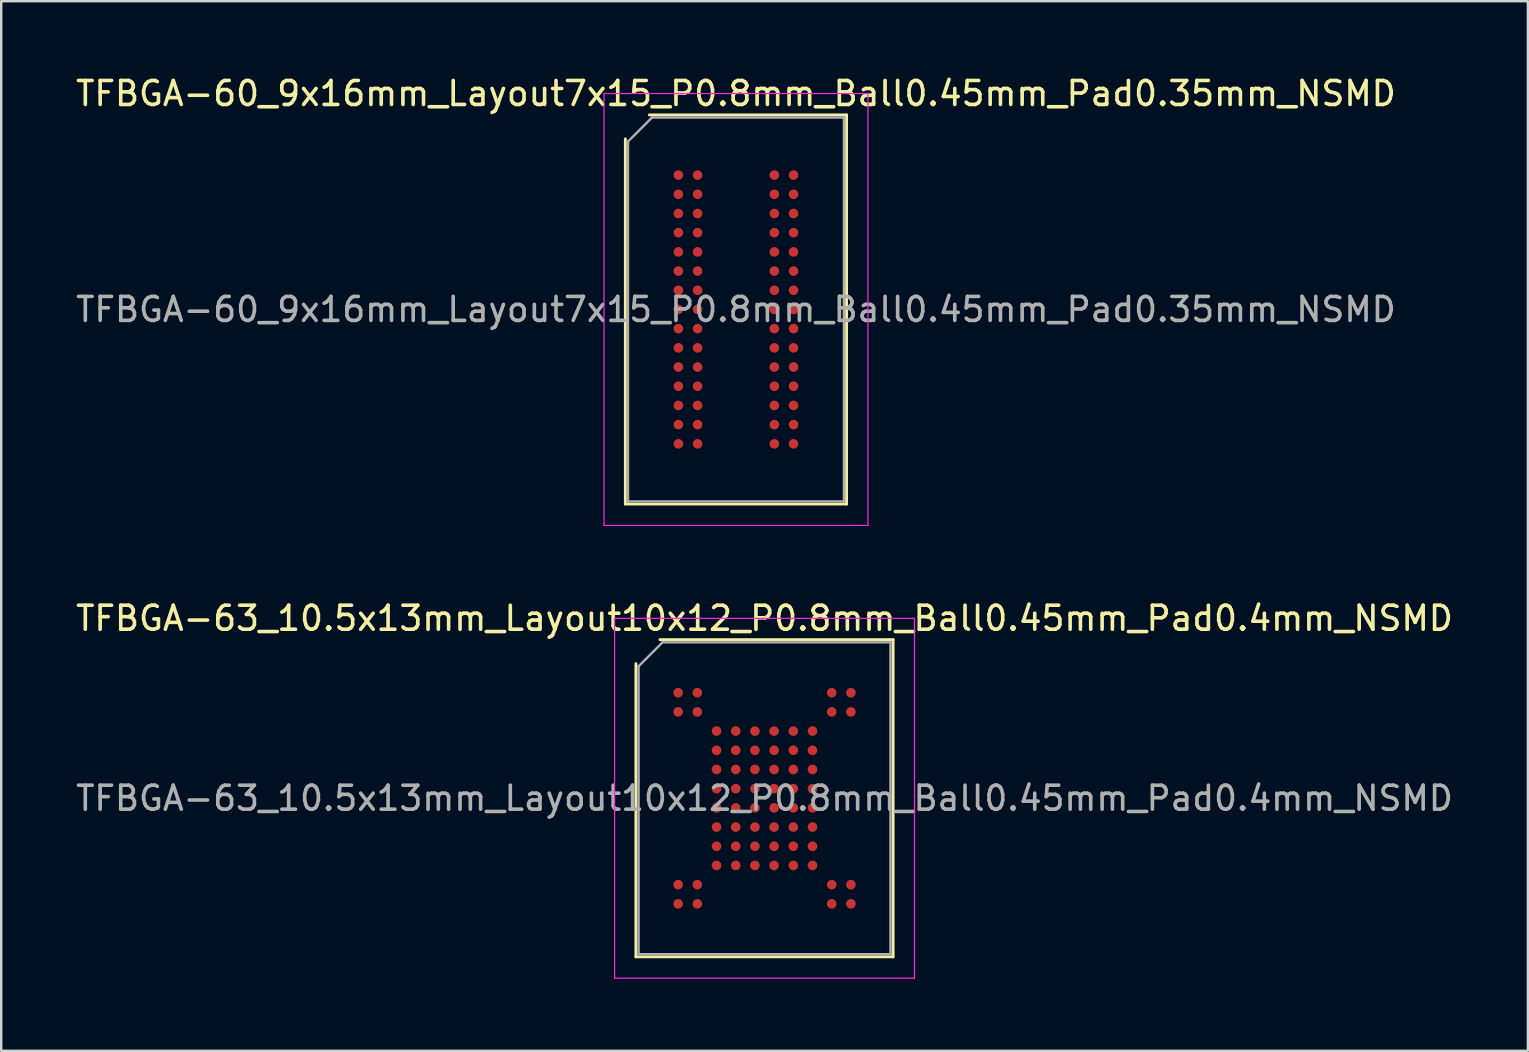
<source format=kicad_pcb>
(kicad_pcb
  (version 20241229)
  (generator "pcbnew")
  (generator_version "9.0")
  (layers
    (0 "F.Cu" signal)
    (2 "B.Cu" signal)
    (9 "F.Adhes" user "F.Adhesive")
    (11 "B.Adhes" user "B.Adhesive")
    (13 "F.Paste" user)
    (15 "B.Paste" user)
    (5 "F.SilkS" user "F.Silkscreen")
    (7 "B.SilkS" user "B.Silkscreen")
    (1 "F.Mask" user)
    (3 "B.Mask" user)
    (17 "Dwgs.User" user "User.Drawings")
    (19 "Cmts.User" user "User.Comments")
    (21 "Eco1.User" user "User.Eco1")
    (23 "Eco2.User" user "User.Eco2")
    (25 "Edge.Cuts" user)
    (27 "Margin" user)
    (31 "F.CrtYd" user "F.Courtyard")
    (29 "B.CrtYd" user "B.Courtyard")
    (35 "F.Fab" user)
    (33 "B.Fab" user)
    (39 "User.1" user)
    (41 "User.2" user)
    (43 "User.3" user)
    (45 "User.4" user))
  (footprint "TFBGA-63_10.5x13mm_Layout10x12_P0.8mm_Ball0.45mm_Pad0.4mm_NSMD"
    (layer "F.Cu")
    (at 28.815 30.221)
    (property "Reference" "TFBGA-63_10.5x13mm_Layout10x12_P0.8mm_Ball0.45mm_Pad0.4mm_NSMD" (at 0 -7.5 0) (layer "F.SilkS") (effects (font (size 1 1) (thickness 0.15))))
    (attr smd)
    (fp_line (start -5.36 6.61) (end -5.36 -5.61) (stroke (width 0.12) (type solid)) (layer "F.SilkS"))
    (fp_line (start -4.36 -6.61) (end 5.36 -6.61) (stroke (width 0.12) (type solid)) (layer "F.SilkS"))
    (fp_line (start 5.36 -6.61) (end 5.36 6.61) (stroke (width 0.12) (type solid)) (layer "F.SilkS"))
    (fp_line (start 5.36 6.61) (end -5.36 6.61) (stroke (width 0.12) (type solid)) (layer "F.SilkS"))
    (fp_line (start -6.25 -7.5) (end -6.25 7.5) (stroke (width 0.05) (type solid)) (layer "F.CrtYd"))
    (fp_line (start -6.25 7.5) (end 6.25 7.5) (stroke (width 0.05) (type solid)) (layer "F.CrtYd"))
    (fp_line (start 6.25 -7.5) (end -6.25 -7.5) (stroke (width 0.05) (type solid)) (layer "F.CrtYd"))
    (fp_line (start 6.25 7.5) (end 6.25 -7.5) (stroke (width 0.05) (type solid)) (layer "F.CrtYd"))
    (fp_line (start -5.25 -5.5) (end -4.25 -6.5) (stroke (width 0.1) (type solid)) (layer "F.Fab"))
    (fp_line (start -5.25 6.5) (end -5.25 -5.5) (stroke (width 0.1) (type solid)) (layer "F.Fab"))
    (fp_line (start -4.25 -6.5) (end 5.25 -6.5) (stroke (width 0.1) (type solid)) (layer "F.Fab"))
    (fp_line (start 5.25 -6.5) (end 5.25 6.5) (stroke (width 0.1) (type solid)) (layer "F.Fab"))
    (fp_line (start 5.25 6.5) (end -5.25 6.5) (stroke (width 0.1) (type solid)) (layer "F.Fab"))
    (fp_text user "${REFERENCE}" (at 0 0 0) (layer "F.Fab") (effects (font (size 1 1) (thickness 0.15))))
    (pad "A1" smd circle (at -3.6 -4.4) (size 0.4 0.4) (layers "F.Cu" "F.Mask" "F.Paste"))
    (pad "A2" smd circle (at -2.8 -4.4) (size 0.4 0.4) (layers "F.Cu" "F.Mask" "F.Paste"))
    (pad "A9" smd circle (at 2.8 -4.4) (size 0.4 0.4) (layers "F.Cu" "F.Mask" "F.Paste"))
    (pad "A10" smd circle (at 3.6 -4.4) (size 0.4 0.4) (layers "F.Cu" "F.Mask" "F.Paste"))
    (pad "B1" smd circle (at -3.6 -3.6) (size 0.4 0.4) (layers "F.Cu" "F.Mask" "F.Paste"))
    (pad "B2" smd circle (at -2.8 -3.6) (size 0.4 0.4) (layers "F.Cu" "F.Mask" "F.Paste"))
    (pad "B9" smd circle (at 2.8 -3.6) (size 0.4 0.4) (layers "F.Cu" "F.Mask" "F.Paste"))
    (pad "B10" smd circle (at 3.6 -3.6) (size 0.4 0.4) (layers "F.Cu" "F.Mask" "F.Paste"))
    (pad "C3" smd circle (at -2 -2.8) (size 0.4 0.4) (layers "F.Cu" "F.Mask" "F.Paste"))
    (pad "C4" smd circle (at -1.2 -2.8) (size 0.4 0.4) (layers "F.Cu" "F.Mask" "F.Paste"))
    (pad "C5" smd circle (at -0.4 -2.8) (size 0.4 0.4) (layers "F.Cu" "F.Mask" "F.Paste"))
    (pad "C6" smd circle (at 0.4 -2.8) (size 0.4 0.4) (layers "F.Cu" "F.Mask" "F.Paste"))
    (pad "C7" smd circle (at 1.2 -2.8) (size 0.4 0.4) (layers "F.Cu" "F.Mask" "F.Paste"))
    (pad "C8" smd circle (at 2 -2.8) (size 0.4 0.4) (layers "F.Cu" "F.Mask" "F.Paste"))
    (pad "D3" smd circle (at -2 -2) (size 0.4 0.4) (layers "F.Cu" "F.Mask" "F.Paste"))
    (pad "D4" smd circle (at -1.2 -2) (size 0.4 0.4) (layers "F.Cu" "F.Mask" "F.Paste"))
    (pad "D5" smd circle (at -0.4 -2) (size 0.4 0.4) (layers "F.Cu" "F.Mask" "F.Paste"))
    (pad "D6" smd circle (at 0.4 -2) (size 0.4 0.4) (layers "F.Cu" "F.Mask" "F.Paste"))
    (pad "D7" smd circle (at 1.2 -2) (size 0.4 0.4) (layers "F.Cu" "F.Mask" "F.Paste"))
    (pad "D8" smd circle (at 2 -2) (size 0.4 0.4) (layers "F.Cu" "F.Mask" "F.Paste"))
    (pad "E3" smd circle (at -2 -1.2) (size 0.4 0.4) (layers "F.Cu" "F.Mask" "F.Paste"))
    (pad "E4" smd circle (at -1.2 -1.2) (size 0.4 0.4) (layers "F.Cu" "F.Mask" "F.Paste"))
    (pad "E5" smd circle (at -0.4 -1.2) (size 0.4 0.4) (layers "F.Cu" "F.Mask" "F.Paste"))
    (pad "E6" smd circle (at 0.4 -1.2) (size 0.4 0.4) (layers "F.Cu" "F.Mask" "F.Paste"))
    (pad "E7" smd circle (at 1.2 -1.2) (size 0.4 0.4) (layers "F.Cu" "F.Mask" "F.Paste"))
    (pad "E8" smd circle (at 2 -1.2) (size 0.4 0.4) (layers "F.Cu" "F.Mask" "F.Paste"))
    (pad "F3" smd circle (at -2 -0.4) (size 0.4 0.4) (layers "F.Cu" "F.Mask" "F.Paste"))
    (pad "F4" smd circle (at -1.2 -0.4) (size 0.4 0.4) (layers "F.Cu" "F.Mask" "F.Paste"))
    (pad "F5" smd circle (at -0.4 -0.4) (size 0.4 0.4) (layers "F.Cu" "F.Mask" "F.Paste"))
    (pad "F6" smd circle (at 0.4 -0.4) (size 0.4 0.4) (layers "F.Cu" "F.Mask" "F.Paste"))
    (pad "F7" smd circle (at 1.2 -0.4) (size 0.4 0.4) (layers "F.Cu" "F.Mask" "F.Paste"))
    (pad "F8" smd circle (at 2 -0.4) (size 0.4 0.4) (layers "F.Cu" "F.Mask" "F.Paste"))
    (pad "G3" smd circle (at -2 0.4) (size 0.4 0.4) (layers "F.Cu" "F.Mask" "F.Paste"))
    (pad "G4" smd circle (at -1.2 0.4) (size 0.4 0.4) (layers "F.Cu" "F.Mask" "F.Paste"))
    (pad "G5" smd circle (at -0.4 0.4) (size 0.4 0.4) (layers "F.Cu" "F.Mask" "F.Paste"))
    (pad "G6" smd circle (at 0.4 0.4) (size 0.4 0.4) (layers "F.Cu" "F.Mask" "F.Paste"))
    (pad "G7" smd circle (at 1.2 0.4) (size 0.4 0.4) (layers "F.Cu" "F.Mask" "F.Paste"))
    (pad "G8" smd circle (at 2 0.4) (size 0.4 0.4) (layers "F.Cu" "F.Mask" "F.Paste"))
    (pad "H3" smd circle (at -2 1.2) (size 0.4 0.4) (layers "F.Cu" "F.Mask" "F.Paste"))
    (pad "H4" smd circle (at -1.2 1.2) (size 0.4 0.4) (layers "F.Cu" "F.Mask" "F.Paste"))
    (pad "H5" smd circle (at -0.4 1.2) (size 0.4 0.4) (layers "F.Cu" "F.Mask" "F.Paste"))
    (pad "H6" smd circle (at 0.4 1.2) (size 0.4 0.4) (layers "F.Cu" "F.Mask" "F.Paste"))
    (pad "H7" smd circle (at 1.2 1.2) (size 0.4 0.4) (layers "F.Cu" "F.Mask" "F.Paste"))
    (pad "H8" smd circle (at 2 1.2) (size 0.4 0.4) (layers "F.Cu" "F.Mask" "F.Paste"))
    (pad "J3" smd circle (at -2 2) (size 0.4 0.4) (layers "F.Cu" "F.Mask" "F.Paste"))
    (pad "J4" smd circle (at -1.2 2) (size 0.4 0.4) (layers "F.Cu" "F.Mask" "F.Paste"))
    (pad "J5" smd circle (at -0.4 2) (size 0.4 0.4) (layers "F.Cu" "F.Mask" "F.Paste"))
    (pad "J6" smd circle (at 0.4 2) (size 0.4 0.4) (layers "F.Cu" "F.Mask" "F.Paste"))
    (pad "J7" smd circle (at 1.2 2) (size 0.4 0.4) (layers "F.Cu" "F.Mask" "F.Paste"))
    (pad "J8" smd circle (at 2 2) (size 0.4 0.4) (layers "F.Cu" "F.Mask" "F.Paste"))
    (pad "K3" smd circle (at -2 2.8) (size 0.4 0.4) (layers "F.Cu" "F.Mask" "F.Paste"))
    (pad "K4" smd circle (at -1.2 2.8) (size 0.4 0.4) (layers "F.Cu" "F.Mask" "F.Paste"))
    (pad "K5" smd circle (at -0.4 2.8) (size 0.4 0.4) (layers "F.Cu" "F.Mask" "F.Paste"))
    (pad "K6" smd circle (at 0.4 2.8) (size 0.4 0.4) (layers "F.Cu" "F.Mask" "F.Paste"))
    (pad "K7" smd circle (at 1.2 2.8) (size 0.4 0.4) (layers "F.Cu" "F.Mask" "F.Paste"))
    (pad "K8" smd circle (at 2 2.8) (size 0.4 0.4) (layers "F.Cu" "F.Mask" "F.Paste"))
    (pad "L1" smd circle (at -3.6 3.6) (size 0.4 0.4) (layers "F.Cu" "F.Mask" "F.Paste"))
    (pad "L2" smd circle (at -2.8 3.6) (size 0.4 0.4) (layers "F.Cu" "F.Mask" "F.Paste"))
    (pad "L9" smd circle (at 2.8 3.6) (size 0.4 0.4) (layers "F.Cu" "F.Mask" "F.Paste"))
    (pad "L10" smd circle (at 3.6 3.6) (size 0.4 0.4) (layers "F.Cu" "F.Mask" "F.Paste"))
    (pad "M1" smd circle (at -3.6 4.4) (size 0.4 0.4) (layers "F.Cu" "F.Mask" "F.Paste"))
    (pad "M2" smd circle (at -2.8 4.4) (size 0.4 0.4) (layers "F.Cu" "F.Mask" "F.Paste"))
    (pad "M9" smd circle (at 2.8 4.4) (size 0.4 0.4) (layers "F.Cu" "F.Mask" "F.Paste"))
    (pad "M10" smd circle (at 3.6 4.4) (size 0.4 0.4) (layers "F.Cu" "F.Mask" "F.Paste")))
  (footprint "TFBGA-60_9x16mm_Layout7x15_P0.8mm_Ball0.45mm_Pad0.35mm_NSMD"
    (layer "F.Cu")
    (at 27.625 9.848)
    (property "Reference" "TFBGA-60_9x16mm_Layout7x15_P0.8mm_Ball0.45mm_Pad0.35mm_NSMD" (at 0 -9 0) (layer "F.SilkS") (effects (font (size 1 1) (thickness 0.15))))
    (attr smd)
    (fp_line (start -4.61 8.11) (end -4.61 -7.11) (stroke (width 0.12) (type solid)) (layer "F.SilkS"))
    (fp_line (start -3.61 -8.11) (end 4.61 -8.11) (stroke (width 0.12) (type solid)) (layer "F.SilkS"))
    (fp_line (start 4.61 -8.11) (end 4.61 8.11) (stroke (width 0.12) (type solid)) (layer "F.SilkS"))
    (fp_line (start 4.61 8.11) (end -4.61 8.11) (stroke (width 0.12) (type solid)) (layer "F.SilkS"))
    (fp_line (start -5.5 -9) (end -5.5 9) (stroke (width 0.05) (type solid)) (layer "F.CrtYd"))
    (fp_line (start -5.5 9) (end 5.5 9) (stroke (width 0.05) (type solid)) (layer "F.CrtYd"))
    (fp_line (start 5.5 -9) (end -5.5 -9) (stroke (width 0.05) (type solid)) (layer "F.CrtYd"))
    (fp_line (start 5.5 9) (end 5.5 -9) (stroke (width 0.05) (type solid)) (layer "F.CrtYd"))
    (fp_line (start -4.5 -7) (end -3.5 -8) (stroke (width 0.1) (type solid)) (layer "F.Fab"))
    (fp_line (start -4.5 8) (end -4.5 -7) (stroke (width 0.1) (type solid)) (layer "F.Fab"))
    (fp_line (start -3.5 -8) (end 4.5 -8) (stroke (width 0.1) (type solid)) (layer "F.Fab"))
    (fp_line (start 4.5 -8) (end 4.5 8) (stroke (width 0.1) (type solid)) (layer "F.Fab"))
    (fp_line (start 4.5 8) (end -4.5 8) (stroke (width 0.1) (type solid)) (layer "F.Fab"))
    (fp_text user "${REFERENCE}" (at 0 0 0) (layer "F.Fab") (effects (font (size 1 1) (thickness 0.15))))
    (pad "A1" smd circle (at -2.4 -5.6) (size 0.4 0.4) (layers "F.Cu" "F.Mask" "F.Paste"))
    (pad "A2" smd circle (at -1.6 -5.6) (size 0.4 0.4) (layers "F.Cu" "F.Mask" "F.Paste"))
    (pad "A6" smd circle (at 1.6 -5.6) (size 0.4 0.4) (layers "F.Cu" "F.Mask" "F.Paste"))
    (pad "A7" smd circle (at 2.4 -5.6) (size 0.4 0.4) (layers "F.Cu" "F.Mask" "F.Paste"))
    (pad "B1" smd circle (at -2.4 -4.8) (size 0.4 0.4) (layers "F.Cu" "F.Mask" "F.Paste"))
    (pad "B2" smd circle (at -1.6 -4.8) (size 0.4 0.4) (layers "F.Cu" "F.Mask" "F.Paste"))
    (pad "B6" smd circle (at 1.6 -4.8) (size 0.4 0.4) (layers "F.Cu" "F.Mask" "F.Paste"))
    (pad "B7" smd circle (at 2.4 -4.8) (size 0.4 0.4) (layers "F.Cu" "F.Mask" "F.Paste"))
    (pad "C1" smd circle (at -2.4 -4) (size 0.4 0.4) (layers "F.Cu" "F.Mask" "F.Paste"))
    (pad "C2" smd circle (at -1.6 -4) (size 0.4 0.4) (layers "F.Cu" "F.Mask" "F.Paste"))
    (pad "C6" smd circle (at 1.6 -4) (size 0.4 0.4) (layers "F.Cu" "F.Mask" "F.Paste"))
    (pad "C7" smd circle (at 2.4 -4) (size 0.4 0.4) (layers "F.Cu" "F.Mask" "F.Paste"))
    (pad "D1" smd circle (at -2.4 -3.2) (size 0.4 0.4) (layers "F.Cu" "F.Mask" "F.Paste"))
    (pad "D2" smd circle (at -1.6 -3.2) (size 0.4 0.4) (layers "F.Cu" "F.Mask" "F.Paste"))
    (pad "D6" smd circle (at 1.6 -3.2) (size 0.4 0.4) (layers "F.Cu" "F.Mask" "F.Paste"))
    (pad "D7" smd circle (at 2.4 -3.2) (size 0.4 0.4) (layers "F.Cu" "F.Mask" "F.Paste"))
    (pad "E1" smd circle (at -2.4 -2.4) (size 0.4 0.4) (layers "F.Cu" "F.Mask" "F.Paste"))
    (pad "E2" smd circle (at -1.6 -2.4) (size 0.4 0.4) (layers "F.Cu" "F.Mask" "F.Paste"))
    (pad "E6" smd circle (at 1.6 -2.4) (size 0.4 0.4) (layers "F.Cu" "F.Mask" "F.Paste"))
    (pad "E7" smd circle (at 2.4 -2.4) (size 0.4 0.4) (layers "F.Cu" "F.Mask" "F.Paste"))
    (pad "F1" smd circle (at -2.4 -1.6) (size 0.4 0.4) (layers "F.Cu" "F.Mask" "F.Paste"))
    (pad "F2" smd circle (at -1.6 -1.6) (size 0.4 0.4) (layers "F.Cu" "F.Mask" "F.Paste"))
    (pad "F6" smd circle (at 1.6 -1.6) (size 0.4 0.4) (layers "F.Cu" "F.Mask" "F.Paste"))
    (pad "F7" smd circle (at 2.4 -1.6) (size 0.4 0.4) (layers "F.Cu" "F.Mask" "F.Paste"))
    (pad "G1" smd circle (at -2.4 -0.8) (size 0.4 0.4) (layers "F.Cu" "F.Mask" "F.Paste"))
    (pad "G2" smd circle (at -1.6 -0.8) (size 0.4 0.4) (layers "F.Cu" "F.Mask" "F.Paste"))
    (pad "G6" smd circle (at 1.6 -0.8) (size 0.4 0.4) (layers "F.Cu" "F.Mask" "F.Paste"))
    (pad "G7" smd circle (at 2.4 -0.8) (size 0.4 0.4) (layers "F.Cu" "F.Mask" "F.Paste"))
    (pad "H1" smd circle (at -2.4 0) (size 0.4 0.4) (layers "F.Cu" "F.Mask" "F.Paste"))
    (pad "H2" smd circle (at -1.6 0) (size 0.4 0.4) (layers "F.Cu" "F.Mask" "F.Paste"))
    (pad "H6" smd circle (at 1.6 0) (size 0.4 0.4) (layers "F.Cu" "F.Mask" "F.Paste"))
    (pad "H7" smd circle (at 2.4 0) (size 0.4 0.4) (layers "F.Cu" "F.Mask" "F.Paste"))
    (pad "J1" smd circle (at -2.4 0.8) (size 0.4 0.4) (layers "F.Cu" "F.Mask" "F.Paste"))
    (pad "J2" smd circle (at -1.6 0.8) (size 0.4 0.4) (layers "F.Cu" "F.Mask" "F.Paste"))
    (pad "J6" smd circle (at 1.6 0.8) (size 0.4 0.4) (layers "F.Cu" "F.Mask" "F.Paste"))
    (pad "J7" smd circle (at 2.4 0.8) (size 0.4 0.4) (layers "F.Cu" "F.Mask" "F.Paste"))
    (pad "K1" smd circle (at -2.4 1.6) (size 0.4 0.4) (layers "F.Cu" "F.Mask" "F.Paste"))
    (pad "K2" smd circle (at -1.6 1.6) (size 0.4 0.4) (layers "F.Cu" "F.Mask" "F.Paste"))
    (pad "K6" smd circle (at 1.6 1.6) (size 0.4 0.4) (layers "F.Cu" "F.Mask" "F.Paste"))
    (pad "K7" smd circle (at 2.4 1.6) (size 0.4 0.4) (layers "F.Cu" "F.Mask" "F.Paste"))
    (pad "L1" smd circle (at -2.4 2.4) (size 0.4 0.4) (layers "F.Cu" "F.Mask" "F.Paste"))
    (pad "L2" smd circle (at -1.6 2.4) (size 0.4 0.4) (layers "F.Cu" "F.Mask" "F.Paste"))
    (pad "L6" smd circle (at 1.6 2.4) (size 0.4 0.4) (layers "F.Cu" "F.Mask" "F.Paste"))
    (pad "L7" smd circle (at 2.4 2.4) (size 0.4 0.4) (layers "F.Cu" "F.Mask" "F.Paste"))
    (pad "M1" smd circle (at -2.4 3.2) (size 0.4 0.4) (layers "F.Cu" "F.Mask" "F.Paste"))
    (pad "M2" smd circle (at -1.6 3.2) (size 0.4 0.4) (layers "F.Cu" "F.Mask" "F.Paste"))
    (pad "M6" smd circle (at 1.6 3.2) (size 0.4 0.4) (layers "F.Cu" "F.Mask" "F.Paste"))
    (pad "M7" smd circle (at 2.4 3.2) (size 0.4 0.4) (layers "F.Cu" "F.Mask" "F.Paste"))
    (pad "N1" smd circle (at -2.4 4) (size 0.4 0.4) (layers "F.Cu" "F.Mask" "F.Paste"))
    (pad "N2" smd circle (at -1.6 4) (size 0.4 0.4) (layers "F.Cu" "F.Mask" "F.Paste"))
    (pad "N6" smd circle (at 1.6 4) (size 0.4 0.4) (layers "F.Cu" "F.Mask" "F.Paste"))
    (pad "N7" smd circle (at 2.4 4) (size 0.4 0.4) (layers "F.Cu" "F.Mask" "F.Paste"))
    (pad "P1" smd circle (at -2.4 4.8) (size 0.4 0.4) (layers "F.Cu" "F.Mask" "F.Paste"))
    (pad "P2" smd circle (at -1.6 4.8) (size 0.4 0.4) (layers "F.Cu" "F.Mask" "F.Paste"))
    (pad "P6" smd circle (at 1.6 4.8) (size 0.4 0.4) (layers "F.Cu" "F.Mask" "F.Paste"))
    (pad "P7" smd circle (at 2.4 4.8) (size 0.4 0.4) (layers "F.Cu" "F.Mask" "F.Paste"))
    (pad "R1" smd circle (at -2.4 5.6) (size 0.4 0.4) (layers "F.Cu" "F.Mask" "F.Paste"))
    (pad "R2" smd circle (at -1.6 5.6) (size 0.4 0.4) (layers "F.Cu" "F.Mask" "F.Paste"))
    (pad "R6" smd circle (at 1.6 5.6) (size 0.4 0.4) (layers "F.Cu" "F.Mask" "F.Paste"))
    (pad "R7" smd circle (at 2.4 5.6) (size 0.4 0.4) (layers "F.Cu" "F.Mask" "F.Paste")))
  (gr_rect
    (start -3 -3)
    (end 60.631 40.746)
    (stroke (width 0.1) (type default))
    (fill no)
    (layer "Edge.Cuts")))
</source>
